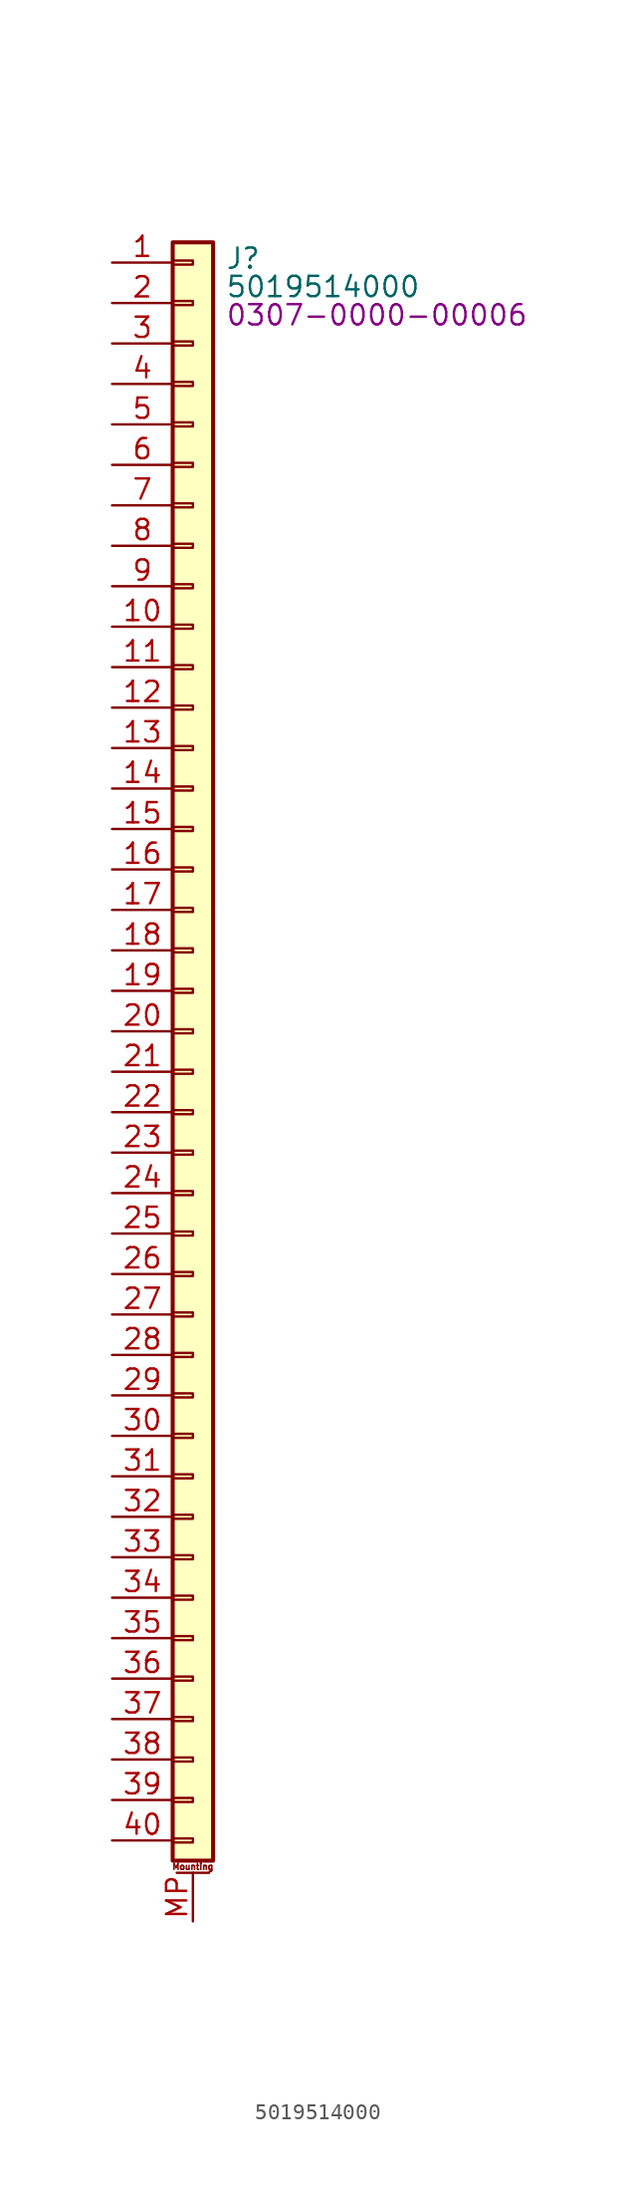
<source format=kicad_sym>
(kicad_symbol_lib
  (version 20231120)
  (generator "kicad_symbol_editor")
  (generator_version "8.0")
  (symbol "5019514000"
    (pin_names hide)
    (property "Reference" "J"
      (at 2.032 -2.286 0)
      (effects (font (size 1.27 1.27)) (justify left)))
    (property "Value" "5019514000"
      (at 2.032 -4.064 0)
      (effects (font (size 1.27 1.27)) (justify left)))
    (property "PartNumber" "0307-0000-00006"
      (at 2.032 -5.842 0)
      (effects (font (size 1.27 1.27)) (justify left)))
    (symbol "5019514000_1_1"
      (rectangle (start -1.27 -101.473) (end 0 -101.727) (stroke (width 0.152) (type default)) (fill (type none)))
      (rectangle (start -1.27 -98.933) (end 0 -99.187) (stroke (width 0.152) (type default)) (fill (type none)))
      (rectangle (start -1.27 -96.393) (end 0 -96.647) (stroke (width 0.152) (type default)) (fill (type none)))
      (rectangle (start -1.27 -93.853) (end 0 -94.107) (stroke (width 0.152) (type default)) (fill (type none)))
      (rectangle (start -1.27 -91.313) (end 0 -91.567) (stroke (width 0.152) (type default)) (fill (type none)))
      (rectangle (start -1.27 -88.773) (end 0 -89.027) (stroke (width 0.152) (type default)) (fill (type none)))
      (rectangle (start -1.27 -86.233) (end 0 -86.487) (stroke (width 0.152) (type default)) (fill (type none)))
      (rectangle (start -1.27 -83.693) (end 0 -83.947) (stroke (width 0.152) (type default)) (fill (type none)))
      (rectangle (start -1.27 -81.153) (end 0 -81.407) (stroke (width 0.152) (type default)) (fill (type none)))
      (rectangle (start -1.27 -78.613) (end 0 -78.867) (stroke (width 0.152) (type default)) (fill (type none)))
      (rectangle (start -1.27 -76.073) (end 0 -76.327) (stroke (width 0.152) (type default)) (fill (type none)))
      (rectangle (start -1.27 -73.533) (end 0 -73.787) (stroke (width 0.152) (type default)) (fill (type none)))
      (rectangle (start -1.27 -70.993) (end 0 -71.247) (stroke (width 0.152) (type default)) (fill (type none)))
      (rectangle (start -1.27 -68.453) (end 0 -68.707) (stroke (width 0.152) (type default)) (fill (type none)))
      (rectangle (start -1.27 -65.913) (end 0 -66.167) (stroke (width 0.152) (type default)) (fill (type none)))
      (rectangle (start -1.27 -63.373) (end 0 -63.627) (stroke (width 0.152) (type default)) (fill (type none)))
      (rectangle (start -1.27 -60.833) (end 0 -61.087) (stroke (width 0.152) (type default)) (fill (type none)))
      (rectangle (start -1.27 -58.293) (end 0 -58.547) (stroke (width 0.152) (type default)) (fill (type none)))
      (rectangle (start -1.27 -55.753) (end 0 -56.007) (stroke (width 0.152) (type default)) (fill (type none)))
      (rectangle (start -1.27 -53.213) (end 0 -53.467) (stroke (width 0.152) (type default)) (fill (type none)))
      (rectangle (start -1.27 -50.673) (end 0 -50.927) (stroke (width 0.152) (type default)) (fill (type none)))
      (rectangle (start -1.27 -48.133) (end 0 -48.387) (stroke (width 0.152) (type default)) (fill (type none)))
      (rectangle (start -1.27 -45.593) (end 0 -45.847) (stroke (width 0.152) (type default)) (fill (type none)))
      (rectangle (start -1.27 -43.053) (end 0 -43.307) (stroke (width 0.152) (type default)) (fill (type none)))
      (rectangle (start -1.27 -40.513) (end 0 -40.767) (stroke (width 0.152) (type default)) (fill (type none)))
      (rectangle (start -1.27 -37.973) (end 0 -38.227) (stroke (width 0.152) (type default)) (fill (type none)))
      (rectangle (start -1.27 -35.433) (end 0 -35.687) (stroke (width 0.152) (type default)) (fill (type none)))
      (rectangle (start -1.27 -32.893) (end 0 -33.147) (stroke (width 0.152) (type default)) (fill (type none)))
      (rectangle (start -1.27 -30.353) (end 0 -30.607) (stroke (width 0.152) (type default)) (fill (type none)))
      (rectangle (start -1.27 -27.813) (end 0 -28.067) (stroke (width 0.152) (type default)) (fill (type none)))
      (rectangle (start -1.27 -25.273) (end 0 -25.527) (stroke (width 0.152) (type default)) (fill (type none)))
      (rectangle (start -1.27 -22.733) (end 0 -22.987) (stroke (width 0.152) (type default)) (fill (type none)))
      (rectangle (start -1.27 -20.193) (end 0 -20.447) (stroke (width 0.152) (type default)) (fill (type none)))
      (rectangle (start -1.27 -17.653) (end 0 -17.907) (stroke (width 0.152) (type default)) (fill (type none)))
      (rectangle (start -1.27 -15.113) (end 0 -15.367) (stroke (width 0.152) (type default)) (fill (type none)))
      (rectangle (start -1.27 -12.573) (end 0 -12.827) (stroke (width 0.152) (type default)) (fill (type none)))
      (rectangle (start -1.27 -10.033) (end 0 -10.287) (stroke (width 0.152) (type default)) (fill (type none)))
      (rectangle (start -1.27 -7.493) (end 0 -7.747) (stroke (width 0.152) (type default)) (fill (type none)))
      (rectangle (start -1.27 -4.953) (end 0 -5.207) (stroke (width 0.152) (type default)) (fill (type none)))
      (rectangle (start -1.27 -2.413) (end 0 -2.667) (stroke (width 0.152) (type default)) (fill (type none)))
      (rectangle (start -1.27 -1.27) (end 1.27 -102.87) (stroke (width 0.254) (type default)) (fill (type background)))
      (polyline (pts (xy -1.016 -103.632) (xy 1.016 -103.632)) (stroke (width 0.152) (type default)) (fill (type none)))
      (text "Mounting" (at 0 -103.251 0) (effects (font (size 0.381 0.381))))
      (pin passive line (at -5.08 -2.54 0) (length 3.81) (name "Pin_1" (effects (font (size 1.27 1.27)))) (number "1" (effects (font (size 1.27 1.27)))))
      (pin passive line (at -5.08 -25.4 0) (length 3.81) (name "Pin_10" (effects (font (size 1.27 1.27)))) (number "10" (effects (font (size 1.27 1.27)))))
      (pin passive line (at -5.08 -27.94 0) (length 3.81) (name "Pin_11" (effects (font (size 1.27 1.27)))) (number "11" (effects (font (size 1.27 1.27)))))
      (pin passive line (at -5.08 -30.48 0) (length 3.81) (name "Pin_12" (effects (font (size 1.27 1.27)))) (number "12" (effects (font (size 1.27 1.27)))))
      (pin passive line (at -5.08 -33.02 0) (length 3.81) (name "Pin_13" (effects (font (size 1.27 1.27)))) (number "13" (effects (font (size 1.27 1.27)))))
      (pin passive line (at -5.08 -35.56 0) (length 3.81) (name "Pin_14" (effects (font (size 1.27 1.27)))) (number "14" (effects (font (size 1.27 1.27)))))
      (pin passive line (at -5.08 -38.1 0) (length 3.81) (name "Pin_15" (effects (font (size 1.27 1.27)))) (number "15" (effects (font (size 1.27 1.27)))))
      (pin passive line (at -5.08 -40.64 0) (length 3.81) (name "Pin_16" (effects (font (size 1.27 1.27)))) (number "16" (effects (font (size 1.27 1.27)))))
      (pin passive line (at -5.08 -43.18 0) (length 3.81) (name "Pin_17" (effects (font (size 1.27 1.27)))) (number "17" (effects (font (size 1.27 1.27)))))
      (pin passive line (at -5.08 -45.72 0) (length 3.81) (name "Pin_18" (effects (font (size 1.27 1.27)))) (number "18" (effects (font (size 1.27 1.27)))))
      (pin passive line (at -5.08 -48.26 0) (length 3.81) (name "Pin_19" (effects (font (size 1.27 1.27)))) (number "19" (effects (font (size 1.27 1.27)))))
      (pin passive line (at -5.08 -5.08 0) (length 3.81) (name "Pin_2" (effects (font (size 1.27 1.27)))) (number "2" (effects (font (size 1.27 1.27)))))
      (pin passive line (at -5.08 -50.8 0) (length 3.81) (name "Pin_20" (effects (font (size 1.27 1.27)))) (number "20" (effects (font (size 1.27 1.27)))))
      (pin passive line (at -5.08 -53.34 0) (length 3.81) (name "Pin_21" (effects (font (size 1.27 1.27)))) (number "21" (effects (font (size 1.27 1.27)))))
      (pin passive line (at -5.08 -55.88 0) (length 3.81) (name "Pin_22" (effects (font (size 1.27 1.27)))) (number "22" (effects (font (size 1.27 1.27)))))
      (pin passive line (at -5.08 -58.42 0) (length 3.81) (name "Pin_23" (effects (font (size 1.27 1.27)))) (number "23" (effects (font (size 1.27 1.27)))))
      (pin passive line (at -5.08 -60.96 0) (length 3.81) (name "Pin_24" (effects (font (size 1.27 1.27)))) (number "24" (effects (font (size 1.27 1.27)))))
      (pin passive line (at -5.08 -63.5 0) (length 3.81) (name "Pin_25" (effects (font (size 1.27 1.27)))) (number "25" (effects (font (size 1.27 1.27)))))
      (pin passive line (at -5.08 -66.04 0) (length 3.81) (name "Pin_26" (effects (font (size 1.27 1.27)))) (number "26" (effects (font (size 1.27 1.27)))))
      (pin passive line (at -5.08 -68.58 0) (length 3.81) (name "Pin_27" (effects (font (size 1.27 1.27)))) (number "27" (effects (font (size 1.27 1.27)))))
      (pin passive line (at -5.08 -71.12 0) (length 3.81) (name "Pin_28" (effects (font (size 1.27 1.27)))) (number "28" (effects (font (size 1.27 1.27)))))
      (pin passive line (at -5.08 -73.66 0) (length 3.81) (name "Pin_29" (effects (font (size 1.27 1.27)))) (number "29" (effects (font (size 1.27 1.27)))))
      (pin passive line (at -5.08 -7.62 0) (length 3.81) (name "Pin_3" (effects (font (size 1.27 1.27)))) (number "3" (effects (font (size 1.27 1.27)))))
      (pin passive line (at -5.08 -76.2 0) (length 3.81) (name "Pin_30" (effects (font (size 1.27 1.27)))) (number "30" (effects (font (size 1.27 1.27)))))
      (pin passive line (at -5.08 -78.74 0) (length 3.81) (name "Pin_31" (effects (font (size 1.27 1.27)))) (number "31" (effects (font (size 1.27 1.27)))))
      (pin passive line (at -5.08 -81.28 0) (length 3.81) (name "Pin_32" (effects (font (size 1.27 1.27)))) (number "32" (effects (font (size 1.27 1.27)))))
      (pin passive line (at -5.08 -83.82 0) (length 3.81) (name "Pin_33" (effects (font (size 1.27 1.27)))) (number "33" (effects (font (size 1.27 1.27)))))
      (pin passive line (at -5.08 -86.36 0) (length 3.81) (name "Pin_34" (effects (font (size 1.27 1.27)))) (number "34" (effects (font (size 1.27 1.27)))))
      (pin passive line (at -5.08 -88.9 0) (length 3.81) (name "Pin_35" (effects (font (size 1.27 1.27)))) (number "35" (effects (font (size 1.27 1.27)))))
      (pin passive line (at -5.08 -91.44 0) (length 3.81) (name "Pin_36" (effects (font (size 1.27 1.27)))) (number "36" (effects (font (size 1.27 1.27)))))
      (pin passive line (at -5.08 -93.98 0) (length 3.81) (name "Pin_37" (effects (font (size 1.27 1.27)))) (number "37" (effects (font (size 1.27 1.27)))))
      (pin passive line (at -5.08 -96.52 0) (length 3.81) (name "Pin_38" (effects (font (size 1.27 1.27)))) (number "38" (effects (font (size 1.27 1.27)))))
      (pin passive line (at -5.08 -99.06 0) (length 3.81) (name "Pin_39" (effects (font (size 1.27 1.27)))) (number "39" (effects (font (size 1.27 1.27)))))
      (pin passive line (at -5.08 -10.16 0) (length 3.81) (name "Pin_4" (effects (font (size 1.27 1.27)))) (number "4" (effects (font (size 1.27 1.27)))))
      (pin passive line (at -5.08 -101.6 0) (length 3.81) (name "Pin_40" (effects (font (size 1.27 1.27)))) (number "40" (effects (font (size 1.27 1.27)))))
      (pin passive line (at -5.08 -12.7 0) (length 3.81) (name "Pin_5" (effects (font (size 1.27 1.27)))) (number "5" (effects (font (size 1.27 1.27)))))
      (pin passive line (at -5.08 -15.24 0) (length 3.81) (name "Pin_6" (effects (font (size 1.27 1.27)))) (number "6" (effects (font (size 1.27 1.27)))))
      (pin passive line (at -5.08 -17.78 0) (length 3.81) (name "Pin_7" (effects (font (size 1.27 1.27)))) (number "7" (effects (font (size 1.27 1.27)))))
      (pin passive line (at -5.08 -20.32 0) (length 3.81) (name "Pin_8" (effects (font (size 1.27 1.27)))) (number "8" (effects (font (size 1.27 1.27)))))
      (pin passive line (at -5.08 -22.86 0) (length 3.81) (name "Pin_9" (effects (font (size 1.27 1.27)))) (number "9" (effects (font (size 1.27 1.27)))))
      (pin passive line (at 0 -106.68 90) (length 3.048) (name "MountPin" (effects (font (size 1.27 1.27)))) (number "MP" (effects (font (size 1.27 1.27))))))))
</source>
